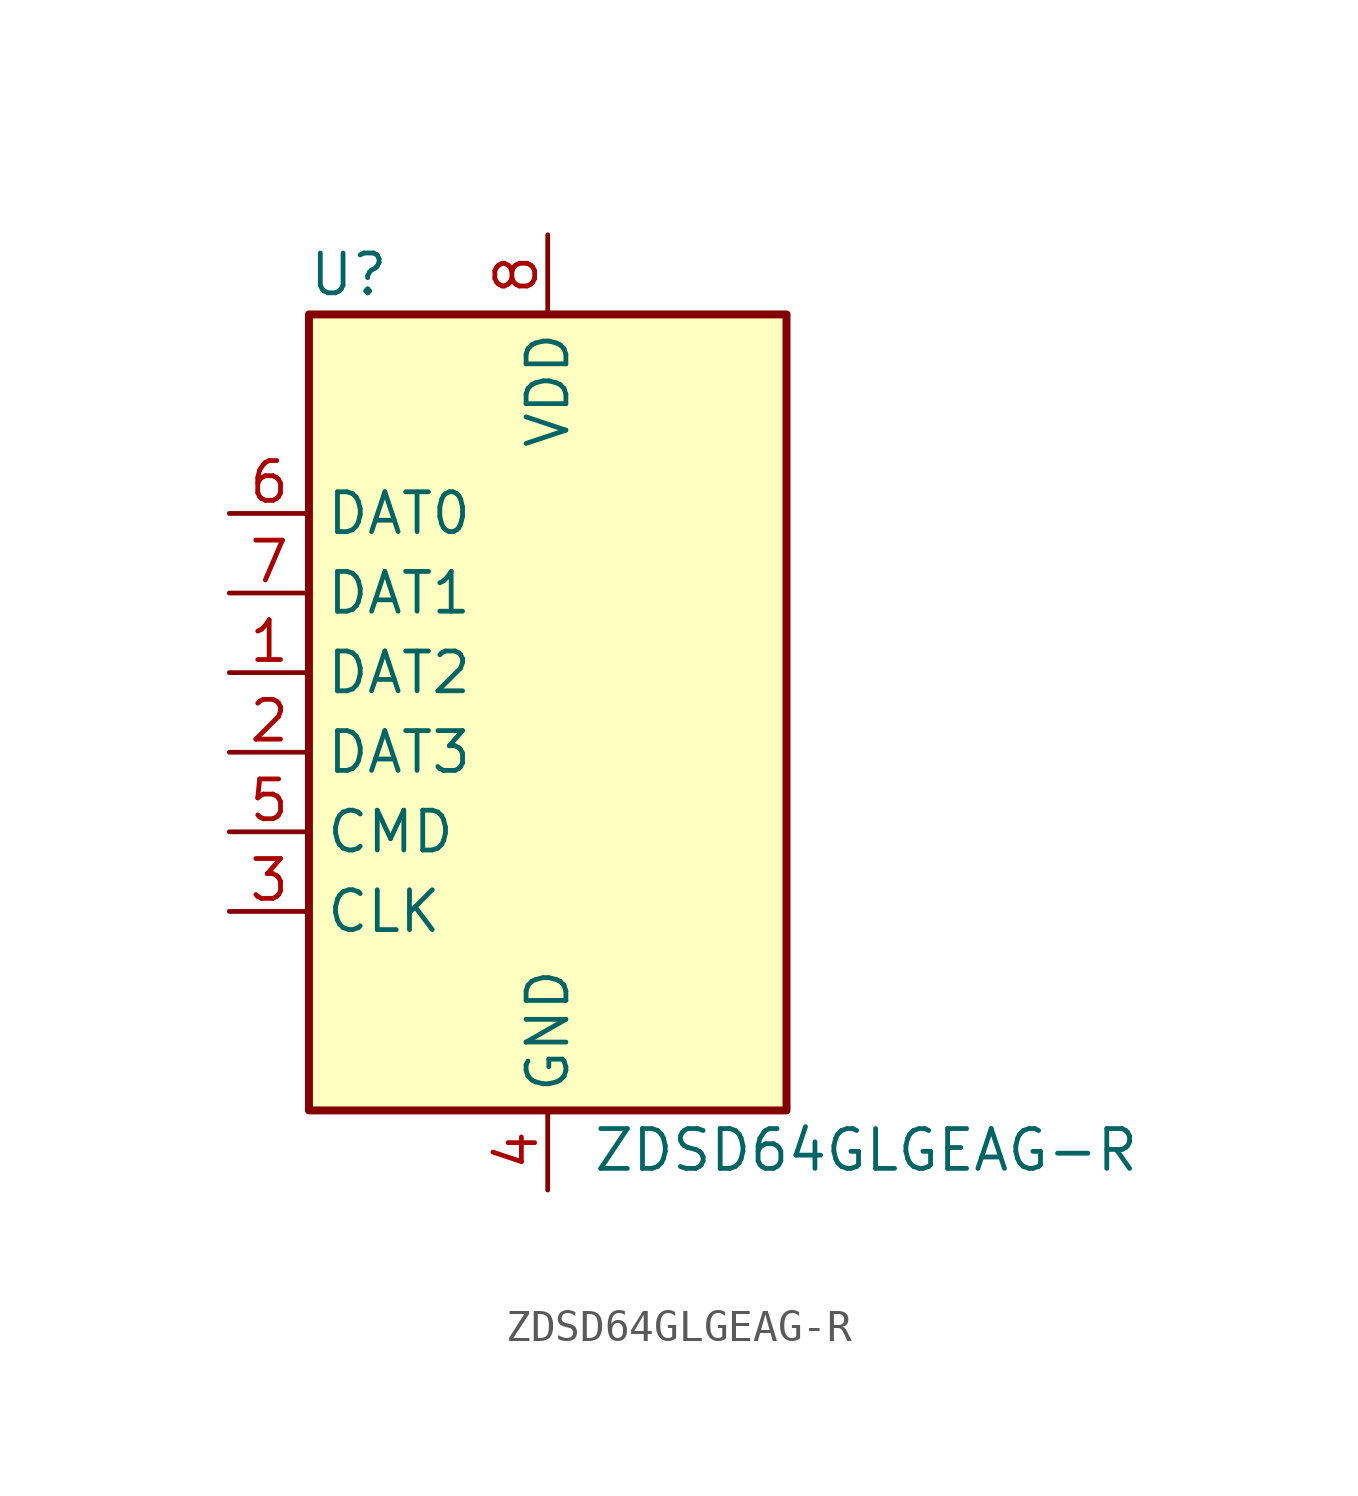
<source format=kicad_sym>
(kicad_symbol_lib
  (version 20231120)
  (generator "kicad_symbol_editor")
  (generator_version "8.0")
  (symbol "ZDSD64GLGEAG-R"
    (property "Reference" "U"
      (at -6.35 13.97 0)
      (effects (font (size 1.27 1.27))))
    (property "Value" "ZDSD64GLGEAG-R"
      (at 10.16 -13.97 0)
      (effects (font (size 1.27 1.27))))
    (symbol "ZDSD64GLGEAG-R_1_1"
      (rectangle (start -7.62 12.7) (end 7.62 -12.7) (stroke (width 0.254) (type default)) (fill (type background)))
      (pin bidirectional line (at -10.16 1.27 0) (length 2.54) (name "DAT2" (effects (font (size 1.27 1.27)))) (number "1" (effects (font (size 1.27 1.27)))))
      (pin bidirectional line (at -10.16 -1.27 0) (length 2.54) (name "DAT3" (effects (font (size 1.27 1.27)))) (number "2" (effects (font (size 1.27 1.27)))))
      (pin input line (at -10.16 -6.35 0) (length 2.54) (name "CLK" (effects (font (size 1.27 1.27)))) (number "3" (effects (font (size 1.27 1.27)))))
      (pin power_in line (at 0 -15.24 90) (length 2.54) (name "GND" (effects (font (size 1.27 1.27)))) (number "4" (effects (font (size 1.27 1.27)))))
      (pin input line (at -10.16 -3.81 0) (length 2.54) (name "CMD" (effects (font (size 1.27 1.27)))) (number "5" (effects (font (size 1.27 1.27)))))
      (pin bidirectional line (at -10.16 6.35 0) (length 2.54) (name "DAT0" (effects (font (size 1.27 1.27)))) (number "6" (effects (font (size 1.27 1.27)))))
      (pin bidirectional line (at -10.16 3.81 0) (length 2.54) (name "DAT1" (effects (font (size 1.27 1.27)))) (number "7" (effects (font (size 1.27 1.27)))))
      (pin power_in line (at 0 15.24 270) (length 2.54) (name "VDD" (effects (font (size 1.27 1.27)))) (number "8" (effects (font (size 1.27 1.27))))))))
</source>
